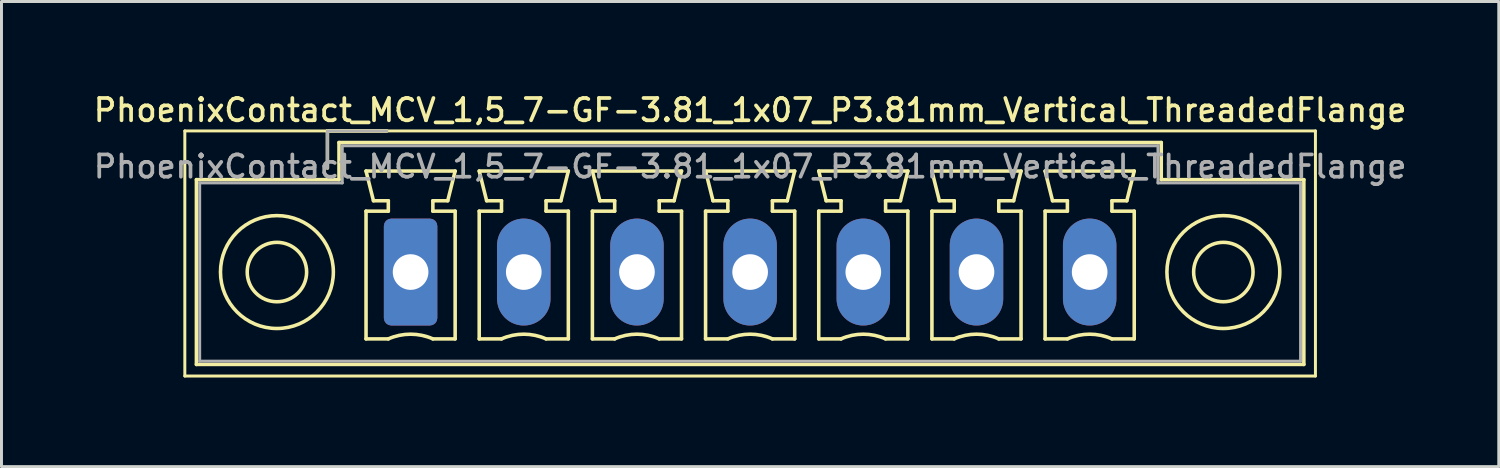
<source format=kicad_pcb>
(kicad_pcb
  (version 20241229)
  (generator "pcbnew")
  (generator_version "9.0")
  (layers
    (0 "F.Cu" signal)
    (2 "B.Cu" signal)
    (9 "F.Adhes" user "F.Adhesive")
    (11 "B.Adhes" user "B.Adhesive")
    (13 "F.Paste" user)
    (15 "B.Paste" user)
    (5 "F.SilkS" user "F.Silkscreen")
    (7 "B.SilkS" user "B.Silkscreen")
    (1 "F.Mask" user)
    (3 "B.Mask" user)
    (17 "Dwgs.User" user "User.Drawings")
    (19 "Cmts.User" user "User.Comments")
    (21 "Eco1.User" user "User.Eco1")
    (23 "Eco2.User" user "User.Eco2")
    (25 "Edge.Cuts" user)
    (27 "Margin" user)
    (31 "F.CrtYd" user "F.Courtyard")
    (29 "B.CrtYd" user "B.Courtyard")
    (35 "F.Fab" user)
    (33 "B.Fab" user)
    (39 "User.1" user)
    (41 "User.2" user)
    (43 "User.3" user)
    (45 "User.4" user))
  (footprint "PhoenixContact_MCV_1,5_7-GF-3.81_1x07_P3.81mm_Vertical_ThreadedFlange"
    (layer "F.Cu")
    (at 10.772 6.108)
    (property "Reference" "PhoenixContact_MCV_1,5_7-GF-3.81_1x07_P3.81mm_Vertical_ThreadedFlange" (at 11.43 -5.45 0) (layer "F.SilkS") (effects (font (size 0.75 0.75) (thickness 0.125))))
    (attr through_hole)
    (fp_line (start -7.6 -4.75) (end -7.6 3.5) (stroke (width 0.1) (type solid)) (layer "F.SilkS"))
    (fp_line (start -7.6 3.5) (end 30.46 3.5) (stroke (width 0.1) (type solid)) (layer "F.SilkS"))
    (fp_line (start -7.21 -3.11) (end -7.21 3.11) (stroke (width 0.12) (type solid)) (layer "F.SilkS"))
    (fp_line (start -7.21 3.11) (end 30.07 3.11) (stroke (width 0.12) (type solid)) (layer "F.SilkS"))
    (fp_line (start -2.8 -4.75) (end -0.8 -4.75) (stroke (width 0.12) (type solid)) (layer "F.SilkS"))
    (fp_line (start -2.8 -3.5) (end -2.8 -4.75) (stroke (width 0.12) (type solid)) (layer "F.SilkS"))
    (fp_line (start -2.41 -4.36) (end -2.41 -3.11) (stroke (width 0.12) (type solid)) (layer "F.SilkS"))
    (fp_line (start -2.41 -3.11) (end -7.21 -3.11) (stroke (width 0.12) (type solid)) (layer "F.SilkS"))
    (fp_line (start -1.5 -3.4) (end 1.5 -3.4) (stroke (width 0.12) (type solid)) (layer "F.SilkS"))
    (fp_line (start -1.5 -2.05) (end -0.75 -2.05) (stroke (width 0.12) (type solid)) (layer "F.SilkS"))
    (fp_line (start -1.5 2.25) (end -1.5 -2.05) (stroke (width 0.12) (type solid)) (layer "F.SilkS"))
    (fp_line (start -1.25 -2.4) (end -1.5 -3.4) (stroke (width 0.12) (type solid)) (layer "F.SilkS"))
    (fp_line (start -0.75 -2.4) (end -1.25 -2.4) (stroke (width 0.12) (type solid)) (layer "F.SilkS"))
    (fp_line (start -0.75 -2.05) (end -0.75 -2.4) (stroke (width 0.12) (type solid)) (layer "F.SilkS"))
    (fp_line (start -0.75 2.25) (end -1.5 2.25) (stroke (width 0.12) (type solid)) (layer "F.SilkS"))
    (fp_line (start 0.75 -2.4) (end 0.75 -2.05) (stroke (width 0.12) (type solid)) (layer "F.SilkS"))
    (fp_line (start 0.75 -2.05) (end 1.5 -2.05) (stroke (width 0.12) (type solid)) (layer "F.SilkS"))
    (fp_line (start 1.25 -2.4) (end 0.75 -2.4) (stroke (width 0.12) (type solid)) (layer "F.SilkS"))
    (fp_line (start 1.5 -3.4) (end 1.25 -2.4) (stroke (width 0.12) (type solid)) (layer "F.SilkS"))
    (fp_line (start 1.5 -2.05) (end 1.5 2.25) (stroke (width 0.12) (type solid)) (layer "F.SilkS"))
    (fp_line (start 1.5 2.25) (end 0.75 2.25) (stroke (width 0.12) (type solid)) (layer "F.SilkS"))
    (fp_line (start 2.31 -3.4) (end 5.31 -3.4) (stroke (width 0.12) (type solid)) (layer "F.SilkS"))
    (fp_line (start 2.31 -2.05) (end 3.06 -2.05) (stroke (width 0.12) (type solid)) (layer "F.SilkS"))
    (fp_line (start 2.31 2.25) (end 2.31 -2.05) (stroke (width 0.12) (type solid)) (layer "F.SilkS"))
    (fp_line (start 2.56 -2.4) (end 2.31 -3.4) (stroke (width 0.12) (type solid)) (layer "F.SilkS"))
    (fp_line (start 3.06 -2.4) (end 2.56 -2.4) (stroke (width 0.12) (type solid)) (layer "F.SilkS"))
    (fp_line (start 3.06 -2.05) (end 3.06 -2.4) (stroke (width 0.12) (type solid)) (layer "F.SilkS"))
    (fp_line (start 3.06 2.25) (end 2.31 2.25) (stroke (width 0.12) (type solid)) (layer "F.SilkS"))
    (fp_line (start 4.56 -2.4) (end 4.56 -2.05) (stroke (width 0.12) (type solid)) (layer "F.SilkS"))
    (fp_line (start 4.56 -2.05) (end 5.31 -2.05) (stroke (width 0.12) (type solid)) (layer "F.SilkS"))
    (fp_line (start 5.06 -2.4) (end 4.56 -2.4) (stroke (width 0.12) (type solid)) (layer "F.SilkS"))
    (fp_line (start 5.31 -3.4) (end 5.06 -2.4) (stroke (width 0.12) (type solid)) (layer "F.SilkS"))
    (fp_line (start 5.31 -2.05) (end 5.31 2.25) (stroke (width 0.12) (type solid)) (layer "F.SilkS"))
    (fp_line (start 5.31 2.25) (end 4.56 2.25) (stroke (width 0.12) (type solid)) (layer "F.SilkS"))
    (fp_line (start 6.12 -3.4) (end 9.12 -3.4) (stroke (width 0.12) (type solid)) (layer "F.SilkS"))
    (fp_line (start 6.12 -2.05) (end 6.87 -2.05) (stroke (width 0.12) (type solid)) (layer "F.SilkS"))
    (fp_line (start 6.12 2.25) (end 6.12 -2.05) (stroke (width 0.12) (type solid)) (layer "F.SilkS"))
    (fp_line (start 6.37 -2.4) (end 6.12 -3.4) (stroke (width 0.12) (type solid)) (layer "F.SilkS"))
    (fp_line (start 6.87 -2.4) (end 6.37 -2.4) (stroke (width 0.12) (type solid)) (layer "F.SilkS"))
    (fp_line (start 6.87 -2.05) (end 6.87 -2.4) (stroke (width 0.12) (type solid)) (layer "F.SilkS"))
    (fp_line (start 6.87 2.25) (end 6.12 2.25) (stroke (width 0.12) (type solid)) (layer "F.SilkS"))
    (fp_line (start 8.37 -2.4) (end 8.37 -2.05) (stroke (width 0.12) (type solid)) (layer "F.SilkS"))
    (fp_line (start 8.37 -2.05) (end 9.12 -2.05) (stroke (width 0.12) (type solid)) (layer "F.SilkS"))
    (fp_line (start 8.87 -2.4) (end 8.37 -2.4) (stroke (width 0.12) (type solid)) (layer "F.SilkS"))
    (fp_line (start 9.12 -3.4) (end 8.87 -2.4) (stroke (width 0.12) (type solid)) (layer "F.SilkS"))
    (fp_line (start 9.12 -2.05) (end 9.12 2.25) (stroke (width 0.12) (type solid)) (layer "F.SilkS"))
    (fp_line (start 9.12 2.25) (end 8.37 2.25) (stroke (width 0.12) (type solid)) (layer "F.SilkS"))
    (fp_line (start 9.93 -3.4) (end 12.93 -3.4) (stroke (width 0.12) (type solid)) (layer "F.SilkS"))
    (fp_line (start 9.93 -2.05) (end 10.68 -2.05) (stroke (width 0.12) (type solid)) (layer "F.SilkS"))
    (fp_line (start 9.93 2.25) (end 9.93 -2.05) (stroke (width 0.12) (type solid)) (layer "F.SilkS"))
    (fp_line (start 10.18 -2.4) (end 9.93 -3.4) (stroke (width 0.12) (type solid)) (layer "F.SilkS"))
    (fp_line (start 10.68 -2.4) (end 10.18 -2.4) (stroke (width 0.12) (type solid)) (layer "F.SilkS"))
    (fp_line (start 10.68 -2.05) (end 10.68 -2.4) (stroke (width 0.12) (type solid)) (layer "F.SilkS"))
    (fp_line (start 10.68 2.25) (end 9.93 2.25) (stroke (width 0.12) (type solid)) (layer "F.SilkS"))
    (fp_line (start 12.18 -2.4) (end 12.18 -2.05) (stroke (width 0.12) (type solid)) (layer "F.SilkS"))
    (fp_line (start 12.18 -2.05) (end 12.93 -2.05) (stroke (width 0.12) (type solid)) (layer "F.SilkS"))
    (fp_line (start 12.68 -2.4) (end 12.18 -2.4) (stroke (width 0.12) (type solid)) (layer "F.SilkS"))
    (fp_line (start 12.93 -3.4) (end 12.68 -2.4) (stroke (width 0.12) (type solid)) (layer "F.SilkS"))
    (fp_line (start 12.93 -2.05) (end 12.93 2.25) (stroke (width 0.12) (type solid)) (layer "F.SilkS"))
    (fp_line (start 12.93 2.25) (end 12.18 2.25) (stroke (width 0.12) (type solid)) (layer "F.SilkS"))
    (fp_line (start 13.74 -3.4) (end 16.74 -3.4) (stroke (width 0.12) (type solid)) (layer "F.SilkS"))
    (fp_line (start 13.74 -2.05) (end 14.49 -2.05) (stroke (width 0.12) (type solid)) (layer "F.SilkS"))
    (fp_line (start 13.74 2.25) (end 13.74 -2.05) (stroke (width 0.12) (type solid)) (layer "F.SilkS"))
    (fp_line (start 13.99 -2.4) (end 13.74 -3.4) (stroke (width 0.12) (type solid)) (layer "F.SilkS"))
    (fp_line (start 14.49 -2.4) (end 13.99 -2.4) (stroke (width 0.12) (type solid)) (layer "F.SilkS"))
    (fp_line (start 14.49 -2.05) (end 14.49 -2.4) (stroke (width 0.12) (type solid)) (layer "F.SilkS"))
    (fp_line (start 14.49 2.25) (end 13.74 2.25) (stroke (width 0.12) (type solid)) (layer "F.SilkS"))
    (fp_line (start 15.99 -2.4) (end 15.99 -2.05) (stroke (width 0.12) (type solid)) (layer "F.SilkS"))
    (fp_line (start 15.99 -2.05) (end 16.74 -2.05) (stroke (width 0.12) (type solid)) (layer "F.SilkS"))
    (fp_line (start 16.49 -2.4) (end 15.99 -2.4) (stroke (width 0.12) (type solid)) (layer "F.SilkS"))
    (fp_line (start 16.74 -3.4) (end 16.49 -2.4) (stroke (width 0.12) (type solid)) (layer "F.SilkS"))
    (fp_line (start 16.74 -2.05) (end 16.74 2.25) (stroke (width 0.12) (type solid)) (layer "F.SilkS"))
    (fp_line (start 16.74 2.25) (end 15.99 2.25) (stroke (width 0.12) (type solid)) (layer "F.SilkS"))
    (fp_line (start 17.55 -3.4) (end 20.55 -3.4) (stroke (width 0.12) (type solid)) (layer "F.SilkS"))
    (fp_line (start 17.55 -2.05) (end 18.3 -2.05) (stroke (width 0.12) (type solid)) (layer "F.SilkS"))
    (fp_line (start 17.55 2.25) (end 17.55 -2.05) (stroke (width 0.12) (type solid)) (layer "F.SilkS"))
    (fp_line (start 17.8 -2.4) (end 17.55 -3.4) (stroke (width 0.12) (type solid)) (layer "F.SilkS"))
    (fp_line (start 18.3 -2.4) (end 17.8 -2.4) (stroke (width 0.12) (type solid)) (layer "F.SilkS"))
    (fp_line (start 18.3 -2.05) (end 18.3 -2.4) (stroke (width 0.12) (type solid)) (layer "F.SilkS"))
    (fp_line (start 18.3 2.25) (end 17.55 2.25) (stroke (width 0.12) (type solid)) (layer "F.SilkS"))
    (fp_line (start 19.8 -2.4) (end 19.8 -2.05) (stroke (width 0.12) (type solid)) (layer "F.SilkS"))
    (fp_line (start 19.8 -2.05) (end 20.55 -2.05) (stroke (width 0.12) (type solid)) (layer "F.SilkS"))
    (fp_line (start 20.3 -2.4) (end 19.8 -2.4) (stroke (width 0.12) (type solid)) (layer "F.SilkS"))
    (fp_line (start 20.55 -3.4) (end 20.3 -2.4) (stroke (width 0.12) (type solid)) (layer "F.SilkS"))
    (fp_line (start 20.55 -2.05) (end 20.55 2.25) (stroke (width 0.12) (type solid)) (layer "F.SilkS"))
    (fp_line (start 20.55 2.25) (end 19.8 2.25) (stroke (width 0.12) (type solid)) (layer "F.SilkS"))
    (fp_line (start 21.36 -3.4) (end 24.36 -3.4) (stroke (width 0.12) (type solid)) (layer "F.SilkS"))
    (fp_line (start 21.36 -2.05) (end 22.11 -2.05) (stroke (width 0.12) (type solid)) (layer "F.SilkS"))
    (fp_line (start 21.36 2.25) (end 21.36 -2.05) (stroke (width 0.12) (type solid)) (layer "F.SilkS"))
    (fp_line (start 21.61 -2.4) (end 21.36 -3.4) (stroke (width 0.12) (type solid)) (layer "F.SilkS"))
    (fp_line (start 22.11 -2.4) (end 21.61 -2.4) (stroke (width 0.12) (type solid)) (layer "F.SilkS"))
    (fp_line (start 22.11 -2.05) (end 22.11 -2.4) (stroke (width 0.12) (type solid)) (layer "F.SilkS"))
    (fp_line (start 22.11 2.25) (end 21.36 2.25) (stroke (width 0.12) (type solid)) (layer "F.SilkS"))
    (fp_line (start 23.61 -2.4) (end 23.61 -2.05) (stroke (width 0.12) (type solid)) (layer "F.SilkS"))
    (fp_line (start 23.61 -2.05) (end 24.36 -2.05) (stroke (width 0.12) (type solid)) (layer "F.SilkS"))
    (fp_line (start 24.11 -2.4) (end 23.61 -2.4) (stroke (width 0.12) (type solid)) (layer "F.SilkS"))
    (fp_line (start 24.36 -3.4) (end 24.11 -2.4) (stroke (width 0.12) (type solid)) (layer "F.SilkS"))
    (fp_line (start 24.36 -2.05) (end 24.36 2.25) (stroke (width 0.12) (type solid)) (layer "F.SilkS"))
    (fp_line (start 24.36 2.25) (end 23.61 2.25) (stroke (width 0.12) (type solid)) (layer "F.SilkS"))
    (fp_line (start 25.27 -4.36) (end -2.41 -4.36) (stroke (width 0.12) (type solid)) (layer "F.SilkS"))
    (fp_line (start 25.27 -3.11) (end 25.27 -4.36) (stroke (width 0.12) (type solid)) (layer "F.SilkS"))
    (fp_line (start 30.07 -3.11) (end 25.27 -3.11) (stroke (width 0.12) (type solid)) (layer "F.SilkS"))
    (fp_line (start 30.07 3.11) (end 30.07 -3.11) (stroke (width 0.12) (type solid)) (layer "F.SilkS"))
    (fp_line (start 30.46 -4.75) (end -7.6 -4.75) (stroke (width 0.1) (type solid)) (layer "F.SilkS"))
    (fp_line (start 30.46 3.5) (end 30.46 -4.75) (stroke (width 0.1) (type solid)) (layer "F.SilkS"))
    (fp_arc (start -0.75 2.25) (mid -0.000193 2.09191) (end 0.749647 2.249844) (stroke (width 0.12) (type solid)) (layer "F.SilkS"))
    (fp_arc (start 3.06 2.25) (mid 3.809807 2.09191) (end 4.559647 2.249844) (stroke (width 0.12) (type solid)) (layer "F.SilkS"))
    (fp_arc (start 6.87 2.25) (mid 7.619807 2.09191) (end 8.369647 2.249844) (stroke (width 0.12) (type solid)) (layer "F.SilkS"))
    (fp_arc (start 10.68 2.25) (mid 11.429807 2.09191) (end 12.179647 2.249844) (stroke (width 0.12) (type solid)) (layer "F.SilkS"))
    (fp_arc (start 14.49 2.25) (mid 15.239807 2.09191) (end 15.989647 2.249844) (stroke (width 0.12) (type solid)) (layer "F.SilkS"))
    (fp_arc (start 18.3 2.25) (mid 19.049807 2.09191) (end 19.799647 2.249844) (stroke (width 0.12) (type solid)) (layer "F.SilkS"))
    (fp_arc (start 22.11 2.25) (mid 22.859807 2.09191) (end 23.609647 2.249844) (stroke (width 0.12) (type solid)) (layer "F.SilkS"))
    (fp_circle (center -4.5 0) (end -3.5 0) (stroke (width 0.12) (type solid)) (fill no) (layer "F.SilkS"))
    (fp_circle (center -4.5 0) (end -2.6 0) (stroke (width 0.12) (type solid)) (fill no) (layer "F.SilkS"))
    (fp_circle (center 27.36 0) (end 28.36 0) (stroke (width 0.12) (type solid)) (fill no) (layer "F.SilkS"))
    (fp_circle (center 27.36 0) (end 29.26 0) (stroke (width 0.12) (type solid)) (fill no) (layer "F.SilkS"))
    (fp_line (start -7.1 -3) (end -7.1 3) (stroke (width 0.1) (type solid)) (layer "F.Fab"))
    (fp_line (start -7.1 3) (end 29.96 3) (stroke (width 0.1) (type solid)) (layer "F.Fab"))
    (fp_line (start -2.8 -4.75) (end -0.8 -4.75) (stroke (width 0.1) (type solid)) (layer "F.Fab"))
    (fp_line (start -2.8 -3.5) (end -2.8 -4.75) (stroke (width 0.1) (type solid)) (layer "F.Fab"))
    (fp_line (start -2.3 -4.25) (end -2.3 -3) (stroke (width 0.1) (type solid)) (layer "F.Fab"))
    (fp_line (start -2.3 -3) (end -7.1 -3) (stroke (width 0.1) (type solid)) (layer "F.Fab"))
    (fp_line (start 25.16 -4.25) (end -2.3 -4.25) (stroke (width 0.1) (type solid)) (layer "F.Fab"))
    (fp_line (start 25.16 -3) (end 25.16 -4.25) (stroke (width 0.1) (type solid)) (layer "F.Fab"))
    (fp_line (start 29.96 -3) (end 25.16 -3) (stroke (width 0.1) (type solid)) (layer "F.Fab"))
    (fp_line (start 29.96 3) (end 29.96 -3) (stroke (width 0.1) (type solid)) (layer "F.Fab"))
    (fp_text user "${REFERENCE}" (at 11.43 -3.55 0) (layer "F.Fab") (effects (font (size 0.75 0.75) (thickness 0.125))))
    (pad "1" thru_hole roundrect (at 0 0) (size 1.8 3.6) (drill 1.2) (layers "*.Cu" "*.Mask") (roundrect_rratio 0.139))
    (pad "2" thru_hole oval (at 3.81 0) (size 1.8 3.6) (drill 1.2) (layers "*.Cu" "*.Mask"))
    (pad "3" thru_hole oval (at 7.62 0) (size 1.8 3.6) (drill 1.2) (layers "*.Cu" "*.Mask"))
    (pad "4" thru_hole oval (at 11.43 0) (size 1.8 3.6) (drill 1.2) (layers "*.Cu" "*.Mask"))
    (pad "5" thru_hole oval (at 15.24 0) (size 1.8 3.6) (drill 1.2) (layers "*.Cu" "*.Mask"))
    (pad "6" thru_hole oval (at 19.05 0) (size 1.8 3.6) (drill 1.2) (layers "*.Cu" "*.Mask"))
    (pad "7" thru_hole oval (at 22.86 0) (size 1.8 3.6) (drill 1.2) (layers "*.Cu" "*.Mask")))
  (gr_rect
    (start -3 -3)
    (end 47.404 12.658)
    (stroke (width 0.1) (type default))
    (fill no)
    (layer "Edge.Cuts")))
</source>
